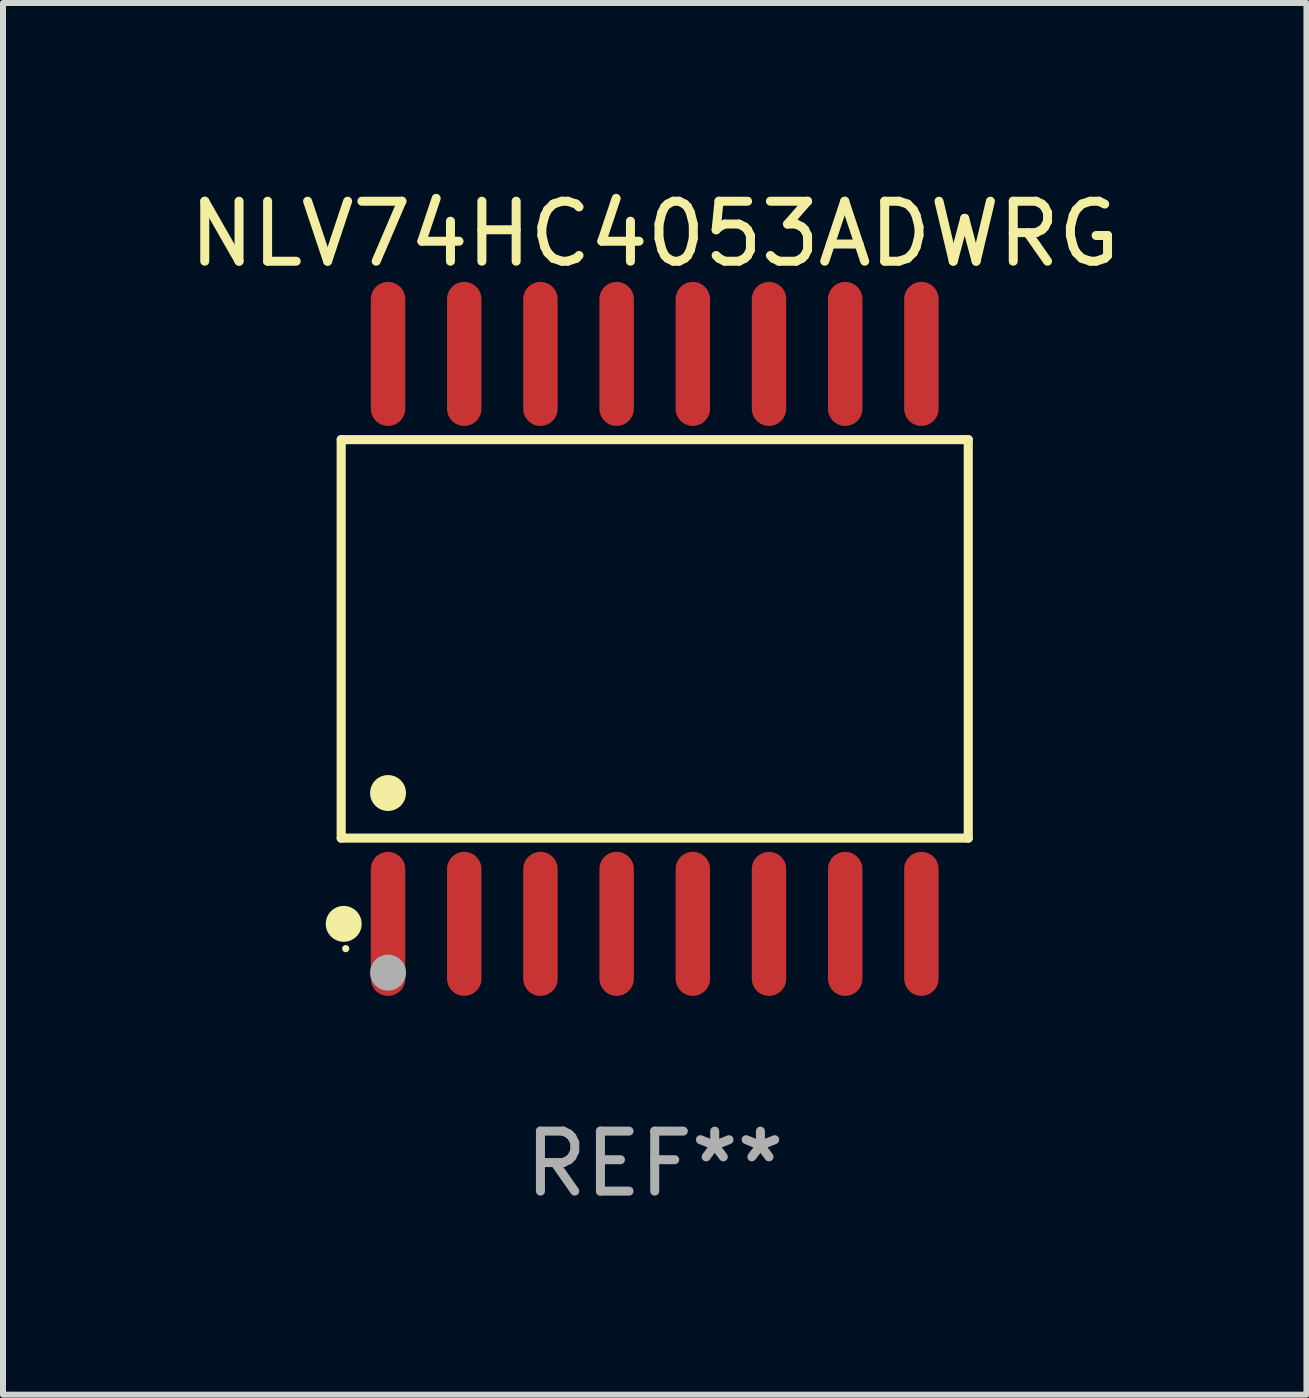
<source format=kicad_pcb>
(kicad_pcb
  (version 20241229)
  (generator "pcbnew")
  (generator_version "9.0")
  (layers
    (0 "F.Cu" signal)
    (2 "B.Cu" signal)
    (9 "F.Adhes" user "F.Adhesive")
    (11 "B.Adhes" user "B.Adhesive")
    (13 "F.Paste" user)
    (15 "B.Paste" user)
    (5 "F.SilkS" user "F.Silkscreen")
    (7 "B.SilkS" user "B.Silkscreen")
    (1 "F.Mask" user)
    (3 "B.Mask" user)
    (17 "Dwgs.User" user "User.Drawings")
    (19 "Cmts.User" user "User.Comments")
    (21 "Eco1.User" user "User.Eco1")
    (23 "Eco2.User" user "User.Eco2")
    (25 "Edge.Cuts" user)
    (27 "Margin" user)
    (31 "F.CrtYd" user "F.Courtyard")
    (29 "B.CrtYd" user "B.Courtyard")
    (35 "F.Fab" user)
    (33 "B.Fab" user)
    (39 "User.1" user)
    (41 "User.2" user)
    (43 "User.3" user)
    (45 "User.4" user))
  (footprint "NLV74HC4053ADWRG"
    (layer "F.Cu")
    (at 7.863 7.599)
    (property "Reference" "NLV74HC4053ADWRG" (at 0 -6.75 0) (layer "F.SilkS") (effects (font (size 1 1) (thickness 0.15))))
    (attr through_hole)
    (fp_line (start -5.226 -3.321) (end 5.226 -3.321) (stroke (width 0.152) (type solid)) (layer "F.SilkS"))
    (fp_line (start -5.226 3.321) (end -5.226 -3.321) (stroke (width 0.152) (type solid)) (layer "F.SilkS"))
    (fp_line (start 5.226 -3.321) (end 5.226 3.321) (stroke (width 0.152) (type solid)) (layer "F.SilkS"))
    (fp_line (start 5.226 3.321) (end -5.226 3.321) (stroke (width 0.152) (type solid)) (layer "F.SilkS"))
    (fp_circle (center -5.184 4.75) (end -5.034 4.75) (stroke (width 0.3) (type solid)) (fill no) (layer "F.SilkS"))
    (fp_circle (center -5.15 5.163) (end -5.12 5.163) (stroke (width 0.06) (type solid)) (fill no) (layer "F.SilkS"))
    (fp_circle (center -4.445 2.569) (end -4.295 2.569) (stroke (width 0.3) (type solid)) (fill no) (layer "F.SilkS"))
    (fp_circle (center -4.445 5.563) (end -4.295 5.563) (stroke (width 0.3) (type solid)) (fill no) (layer "F.Fab"))
    (fp_text user "REF**" (at 0 8.75 0) (layer "F.Fab") (effects (font (size 1 1) (thickness 0.15))))
    (pad "1" smd oval (at -4.445 4.75) (size 0.574 2.401) (layers "F.Cu" "F.Mask" "F.Paste"))
    (pad "2" smd oval (at -3.175 4.75) (size 0.574 2.401) (layers "F.Cu" "F.Mask" "F.Paste"))
    (pad "3" smd oval (at -1.905 4.75) (size 0.574 2.401) (layers "F.Cu" "F.Mask" "F.Paste"))
    (pad "4" smd oval (at -0.635 4.75) (size 0.574 2.401) (layers "F.Cu" "F.Mask" "F.Paste"))
    (pad "5" smd oval (at 0.635 4.75) (size 0.574 2.401) (layers "F.Cu" "F.Mask" "F.Paste"))
    (pad "6" smd oval (at 1.905 4.75) (size 0.574 2.401) (layers "F.Cu" "F.Mask" "F.Paste"))
    (pad "7" smd oval (at 3.175 4.75) (size 0.574 2.401) (layers "F.Cu" "F.Mask" "F.Paste"))
    (pad "8" smd oval (at 4.445 4.75) (size 0.574 2.401) (layers "F.Cu" "F.Mask" "F.Paste"))
    (pad "9" smd oval (at 4.445 -4.75) (size 0.574 2.401) (layers "F.Cu" "F.Mask" "F.Paste"))
    (pad "10" smd oval (at 3.175 -4.75) (size 0.574 2.401) (layers "F.Cu" "F.Mask" "F.Paste"))
    (pad "11" smd oval (at 1.905 -4.75) (size 0.574 2.401) (layers "F.Cu" "F.Mask" "F.Paste"))
    (pad "12" smd oval (at 0.635 -4.75) (size 0.574 2.401) (layers "F.Cu" "F.Mask" "F.Paste"))
    (pad "13" smd oval (at -0.635 -4.75) (size 0.574 2.401) (layers "F.Cu" "F.Mask" "F.Paste"))
    (pad "14" smd oval (at -1.905 -4.75) (size 0.574 2.401) (layers "F.Cu" "F.Mask" "F.Paste"))
    (pad "15" smd oval (at -3.175 -4.75) (size 0.574 2.401) (layers "F.Cu" "F.Mask" "F.Paste"))
    (pad "16" smd oval (at -4.445 -4.75) (size 0.574 2.401) (layers "F.Cu" "F.Mask" "F.Paste")))
  (gr_rect
    (start -3 -3)
    (end 18.726 20.197)
    (stroke (width 0.1) (type default))
    (fill no)
    (layer "Edge.Cuts")))
</source>
